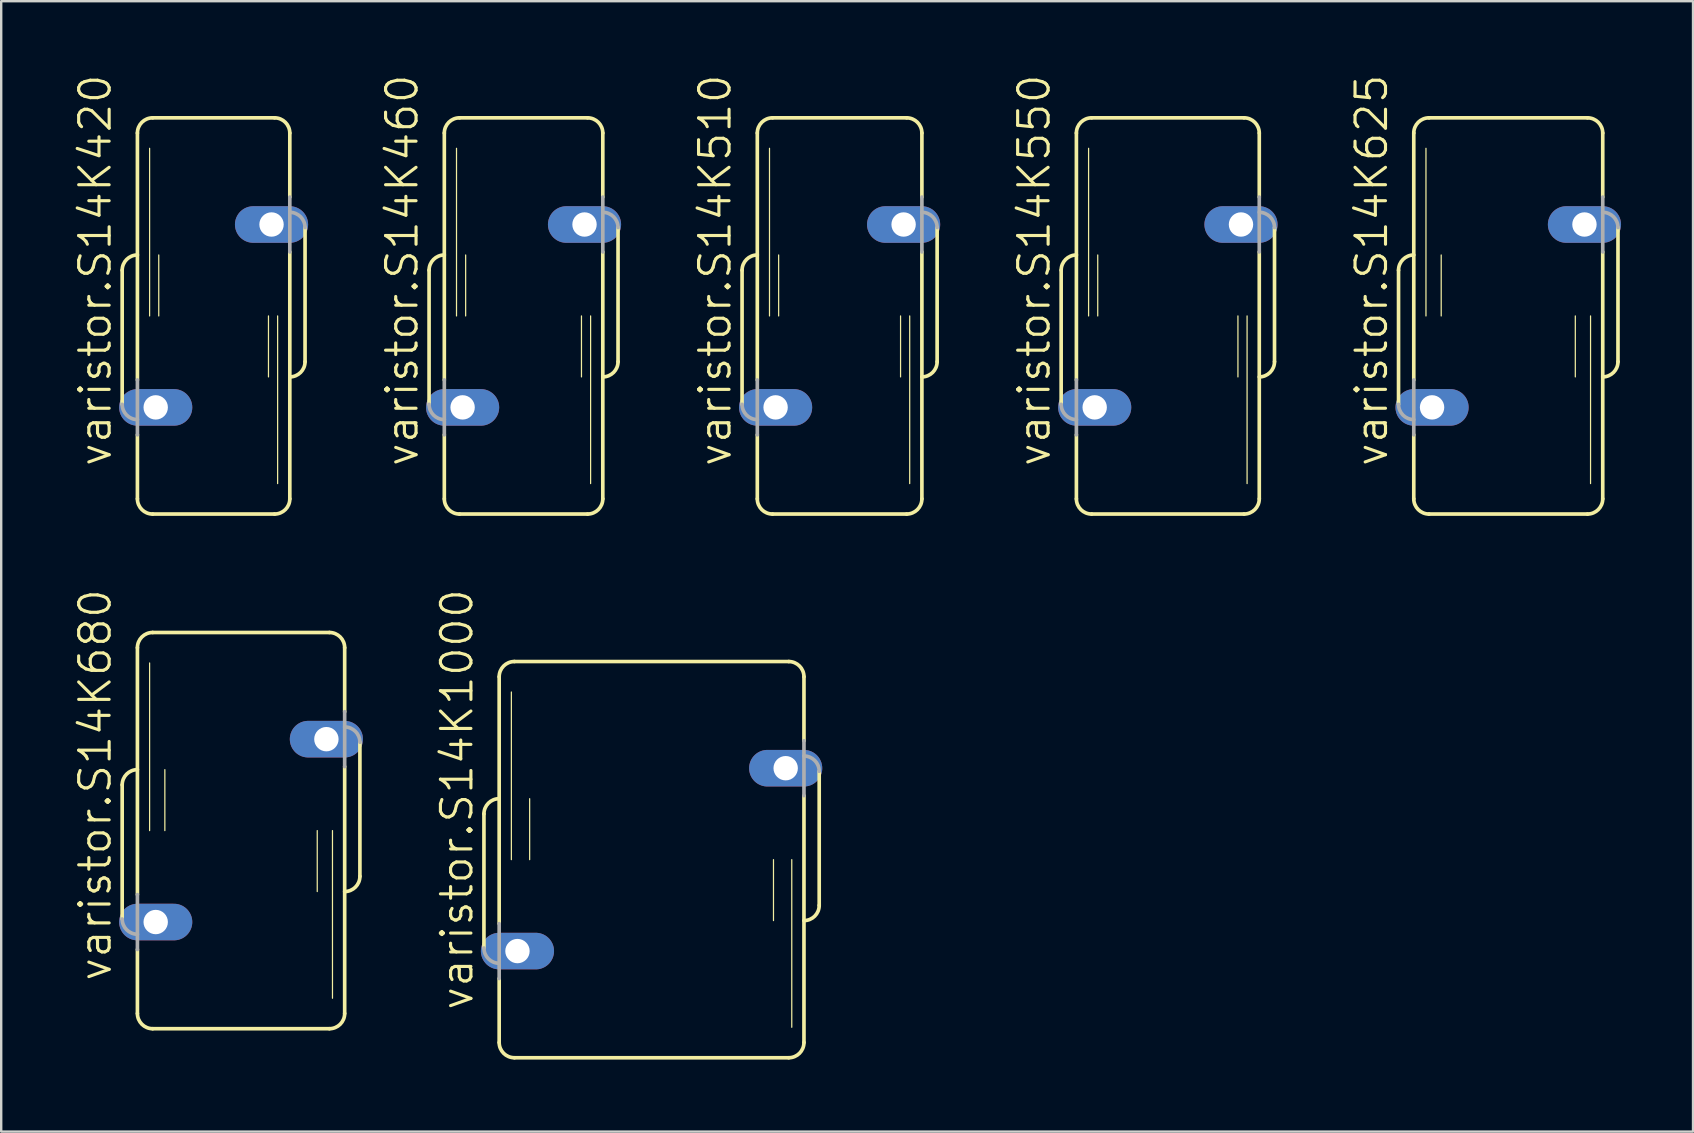
<source format=kicad_pcb>
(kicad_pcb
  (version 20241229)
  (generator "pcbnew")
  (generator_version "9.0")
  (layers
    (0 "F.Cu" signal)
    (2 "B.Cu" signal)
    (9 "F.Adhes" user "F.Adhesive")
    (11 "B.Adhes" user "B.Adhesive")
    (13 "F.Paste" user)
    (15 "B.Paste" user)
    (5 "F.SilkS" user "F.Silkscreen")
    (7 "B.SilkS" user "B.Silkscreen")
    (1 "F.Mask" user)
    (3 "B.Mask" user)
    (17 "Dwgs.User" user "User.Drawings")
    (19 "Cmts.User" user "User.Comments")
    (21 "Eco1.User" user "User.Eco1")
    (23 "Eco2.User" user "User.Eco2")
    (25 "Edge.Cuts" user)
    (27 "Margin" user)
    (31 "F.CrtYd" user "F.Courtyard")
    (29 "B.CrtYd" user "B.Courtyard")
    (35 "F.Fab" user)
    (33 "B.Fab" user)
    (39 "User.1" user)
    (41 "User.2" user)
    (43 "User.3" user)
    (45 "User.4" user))
  (footprint "varistor.S14K1000"
    (layer "F.Cu")
    (at 24.1 32.77)
    (property "Reference" "varistor.S14K1000" (at -7.366 6.35 90) (layer "F.SilkS") (effects (font (size 1.27 1.27) (thickness 0.13)) (justify left bottom)))
    (attr through_hole)
    (fp_line (start -6.985 -1.905) (end -6.985 3.683) (stroke (width 0.152) (type default)) (layer "F.SilkS"))
    (fp_line (start -6.35 2.667) (end -6.35 -7.62) (stroke (width 0.152) (type default)) (layer "F.SilkS"))
    (fp_line (start -6.35 7.62) (end -6.35 4.953) (stroke (width 0.152) (type default)) (layer "F.SilkS"))
    (fp_line (start -5.842 0) (end -5.842 -6.985) (stroke (width 0.051) (type default)) (layer "F.SilkS"))
    (fp_line (start -5.715 -8.255) (end 5.715 -8.255) (stroke (width 0.152) (type default)) (layer "F.SilkS"))
    (fp_line (start -5.715 8.255) (end 5.715 8.255) (stroke (width 0.152) (type default)) (layer "F.SilkS"))
    (fp_line (start -5.08 0) (end -5.08 -2.54) (stroke (width 0.051) (type default)) (layer "F.SilkS"))
    (fp_line (start 5.08 2.54) (end 5.08 0) (stroke (width 0.051) (type default)) (layer "F.SilkS"))
    (fp_line (start 5.842 6.985) (end 5.842 0) (stroke (width 0.051) (type default)) (layer "F.SilkS"))
    (fp_line (start 6.35 -4.953) (end 6.35 -7.62) (stroke (width 0.152) (type default)) (layer "F.SilkS"))
    (fp_line (start 6.35 7.62) (end 6.35 -2.667) (stroke (width 0.152) (type default)) (layer "F.SilkS"))
    (fp_line (start 6.985 1.905) (end 6.985 -3.683) (stroke (width 0.152) (type default)) (layer "F.SilkS"))
    (fp_arc (start -6.985 -1.905) (mid -6.799013 -2.354013) (end -6.35 -2.54) (stroke (width 0.1524) (type default)) (layer "F.SilkS"))
    (fp_arc (start -6.35 -7.62) (mid -6.164013 -8.069013) (end -5.715 -8.255) (stroke (width 0.1524) (type default)) (layer "F.SilkS"))
    (fp_arc (start -5.715 8.255) (mid -6.164013 8.069013) (end -6.35 7.62) (stroke (width 0.1524) (type default)) (layer "F.SilkS"))
    (fp_arc (start 5.715 -8.255) (mid 6.164013 -8.069013) (end 6.35 -7.62) (stroke (width 0.1524) (type default)) (layer "F.SilkS"))
    (fp_arc (start 6.35 7.62) (mid 6.164013 8.069013) (end 5.715 8.255) (stroke (width 0.1524) (type default)) (layer "F.SilkS"))
    (fp_arc (start 6.985 1.905) (mid 6.799013 2.354013) (end 6.35 2.54) (stroke (width 0.1524) (type default)) (layer "F.SilkS"))
    (fp_line (start -6.35 2.667) (end -6.35 4.953) (stroke (width 0.152) (type default)) (layer "F.Fab"))
    (fp_line (start 6.35 -2.667) (end 6.35 -4.953) (stroke (width 0.152) (type default)) (layer "F.Fab"))
    (fp_arc (start -6.35 4.318) (mid -6.799013 4.132013) (end -6.985 3.683) (stroke (width 0.1524) (type default)) (layer "F.Fab"))
    (fp_arc (start 6.35 -4.318) (mid 6.799013 -4.132013) (end 6.985 -3.683) (stroke (width 0.1524) (type default)) (layer "F.Fab"))
    (pad "1" thru_hole oval (at -5.588 3.81) (size 3.048 1.524) (drill 1.016) (layers "*.Cu" "*.Mask"))
    (pad "2" thru_hole oval (at 5.588 -3.81) (size 3.048 1.524) (drill 1.016) (layers "*.Cu" "*.Mask")))
  (footprint "varistor.S14K420"
    (layer "F.Cu")
    (at 5.851 10.115)
    (property "Reference" "varistor.S14K420" (at -4.191 6.35 90) (layer "F.SilkS") (effects (font (size 1.27 1.27) (thickness 0.13)) (justify left bottom)))
    (attr through_hole)
    (fp_line (start -3.81 -1.905) (end -3.81 3.683) (stroke (width 0.152) (type default)) (layer "F.SilkS"))
    (fp_line (start -3.175 2.667) (end -3.175 -7.62) (stroke (width 0.152) (type default)) (layer "F.SilkS"))
    (fp_line (start -3.175 7.62) (end -3.175 4.953) (stroke (width 0.152) (type default)) (layer "F.SilkS"))
    (fp_line (start -2.667 0) (end -2.667 -6.985) (stroke (width 0.051) (type default)) (layer "F.SilkS"))
    (fp_line (start -2.54 -8.255) (end 2.54 -8.255) (stroke (width 0.152) (type default)) (layer "F.SilkS"))
    (fp_line (start -2.54 8.255) (end 2.54 8.255) (stroke (width 0.152) (type default)) (layer "F.SilkS"))
    (fp_line (start -2.286 0) (end -2.286 -2.54) (stroke (width 0.051) (type default)) (layer "F.SilkS"))
    (fp_line (start 2.286 2.54) (end 2.286 0) (stroke (width 0.051) (type default)) (layer "F.SilkS"))
    (fp_line (start 2.667 6.985) (end 2.667 0) (stroke (width 0.051) (type default)) (layer "F.SilkS"))
    (fp_line (start 3.175 -4.953) (end 3.175 -7.62) (stroke (width 0.152) (type default)) (layer "F.SilkS"))
    (fp_line (start 3.175 7.62) (end 3.175 -2.667) (stroke (width 0.152) (type default)) (layer "F.SilkS"))
    (fp_line (start 3.81 1.905) (end 3.81 -3.683) (stroke (width 0.152) (type default)) (layer "F.SilkS"))
    (fp_arc (start -3.81 -1.905) (mid -3.624013 -2.354013) (end -3.175 -2.54) (stroke (width 0.1524) (type default)) (layer "F.SilkS"))
    (fp_arc (start -3.175 -7.62) (mid -2.989013 -8.069013) (end -2.54 -8.255) (stroke (width 0.1524) (type default)) (layer "F.SilkS"))
    (fp_arc (start -2.54 8.255) (mid -2.989013 8.069013) (end -3.175 7.62) (stroke (width 0.1524) (type default)) (layer "F.SilkS"))
    (fp_arc (start 2.54 -8.255) (mid 2.989013 -8.069013) (end 3.175 -7.62) (stroke (width 0.1524) (type default)) (layer "F.SilkS"))
    (fp_arc (start 3.175 7.62) (mid 2.989013 8.069013) (end 2.54 8.255) (stroke (width 0.1524) (type default)) (layer "F.SilkS"))
    (fp_arc (start 3.81 1.905) (mid 3.624013 2.354013) (end 3.175 2.54) (stroke (width 0.1524) (type default)) (layer "F.SilkS"))
    (fp_line (start -3.175 2.667) (end -3.175 4.953) (stroke (width 0.152) (type default)) (layer "F.Fab"))
    (fp_line (start 3.175 -2.667) (end 3.175 -4.953) (stroke (width 0.152) (type default)) (layer "F.Fab"))
    (fp_arc (start -3.175 4.318) (mid -3.624013 4.132013) (end -3.81 3.683) (stroke (width 0.1524) (type default)) (layer "F.Fab"))
    (fp_arc (start 3.175 -4.318) (mid 3.624013 -4.132013) (end 3.81 -3.683) (stroke (width 0.1524) (type default)) (layer "F.Fab"))
    (pad "1" thru_hole oval (at -2.413 3.81) (size 3.048 1.524) (drill 1.016) (layers "*.Cu" "*.Mask"))
    (pad "2" thru_hole oval (at 2.413 -3.81) (size 3.048 1.524) (drill 1.016) (layers "*.Cu" "*.Mask")))
  (footprint "varistor.S14K680"
    (layer "F.Cu")
    (at 6.994 31.56)
    (property "Reference" "varistor.S14K680" (at -5.334 6.35 90) (layer "F.SilkS") (effects (font (size 1.27 1.27) (thickness 0.13)) (justify left bottom)))
    (attr through_hole)
    (fp_line (start -4.953 -1.905) (end -4.953 3.683) (stroke (width 0.152) (type default)) (layer "F.SilkS"))
    (fp_line (start -4.318 2.667) (end -4.318 -7.62) (stroke (width 0.152) (type default)) (layer "F.SilkS"))
    (fp_line (start -4.318 7.62) (end -4.318 4.953) (stroke (width 0.152) (type default)) (layer "F.SilkS"))
    (fp_line (start -3.81 0) (end -3.81 -6.985) (stroke (width 0.051) (type default)) (layer "F.SilkS"))
    (fp_line (start -3.683 -8.255) (end 3.683 -8.255) (stroke (width 0.152) (type default)) (layer "F.SilkS"))
    (fp_line (start -3.683 8.255) (end 3.683 8.255) (stroke (width 0.152) (type default)) (layer "F.SilkS"))
    (fp_line (start -3.175 0) (end -3.175 -2.54) (stroke (width 0.051) (type default)) (layer "F.SilkS"))
    (fp_line (start 3.175 2.54) (end 3.175 0) (stroke (width 0.051) (type default)) (layer "F.SilkS"))
    (fp_line (start 3.81 6.985) (end 3.81 0) (stroke (width 0.051) (type default)) (layer "F.SilkS"))
    (fp_line (start 4.318 -4.953) (end 4.318 -7.62) (stroke (width 0.152) (type default)) (layer "F.SilkS"))
    (fp_line (start 4.318 7.62) (end 4.318 -2.667) (stroke (width 0.152) (type default)) (layer "F.SilkS"))
    (fp_line (start 4.953 1.905) (end 4.953 -3.683) (stroke (width 0.152) (type default)) (layer "F.SilkS"))
    (fp_arc (start -4.953 -1.905) (mid -4.767013 -2.354013) (end -4.318 -2.54) (stroke (width 0.1524) (type default)) (layer "F.SilkS"))
    (fp_arc (start -4.318 -7.62) (mid -4.132013 -8.069013) (end -3.683 -8.255) (stroke (width 0.1524) (type default)) (layer "F.SilkS"))
    (fp_arc (start -3.683 8.255) (mid -4.132013 8.069013) (end -4.318 7.62) (stroke (width 0.1524) (type default)) (layer "F.SilkS"))
    (fp_arc (start 3.683 -8.255) (mid 4.132013 -8.069013) (end 4.318 -7.62) (stroke (width 0.1524) (type default)) (layer "F.SilkS"))
    (fp_arc (start 4.318 7.62) (mid 4.132013 8.069013) (end 3.683 8.255) (stroke (width 0.1524) (type default)) (layer "F.SilkS"))
    (fp_arc (start 4.953 1.905) (mid 4.767013 2.354013) (end 4.318 2.54) (stroke (width 0.1524) (type default)) (layer "F.SilkS"))
    (fp_line (start -4.318 2.667) (end -4.318 4.953) (stroke (width 0.152) (type default)) (layer "F.Fab"))
    (fp_line (start 4.318 -2.667) (end 4.318 -4.953) (stroke (width 0.152) (type default)) (layer "F.Fab"))
    (fp_arc (start -4.318 4.318) (mid -4.767013 4.132013) (end -4.953 3.683) (stroke (width 0.1524) (type default)) (layer "F.Fab"))
    (fp_arc (start 4.318 -4.318) (mid 4.767013 -4.132013) (end 4.953 -3.683) (stroke (width 0.1524) (type default)) (layer "F.Fab"))
    (pad "1" thru_hole oval (at -3.556 3.81) (size 3.048 1.524) (drill 1.016) (layers "*.Cu" "*.Mask"))
    (pad "2" thru_hole oval (at 3.556 -3.81) (size 3.048 1.524) (drill 1.016) (layers "*.Cu" "*.Mask")))
  (footprint "varistor.S14K550"
    (layer "F.Cu")
    (at 45.612 10.115)
    (property "Reference" "varistor.S14K550" (at -4.826 6.35 90) (layer "F.SilkS") (effects (font (size 1.27 1.27) (thickness 0.13)) (justify left bottom)))
    (attr through_hole)
    (fp_line (start -4.445 -1.905) (end -4.445 3.683) (stroke (width 0.152) (type default)) (layer "F.SilkS"))
    (fp_line (start -3.81 2.667) (end -3.81 -7.62) (stroke (width 0.152) (type default)) (layer "F.SilkS"))
    (fp_line (start -3.81 7.62) (end -3.81 4.953) (stroke (width 0.152) (type default)) (layer "F.SilkS"))
    (fp_line (start -3.302 0) (end -3.302 -6.985) (stroke (width 0.051) (type default)) (layer "F.SilkS"))
    (fp_line (start -3.175 -8.255) (end 3.175 -8.255) (stroke (width 0.152) (type default)) (layer "F.SilkS"))
    (fp_line (start -3.175 8.255) (end 3.175 8.255) (stroke (width 0.152) (type default)) (layer "F.SilkS"))
    (fp_line (start -2.921 0) (end -2.921 -2.54) (stroke (width 0.051) (type default)) (layer "F.SilkS"))
    (fp_line (start 2.921 2.54) (end 2.921 0) (stroke (width 0.051) (type default)) (layer "F.SilkS"))
    (fp_line (start 3.302 6.985) (end 3.302 0) (stroke (width 0.051) (type default)) (layer "F.SilkS"))
    (fp_line (start 3.81 -4.953) (end 3.81 -7.62) (stroke (width 0.152) (type default)) (layer "F.SilkS"))
    (fp_line (start 3.81 7.62) (end 3.81 -2.667) (stroke (width 0.152) (type default)) (layer "F.SilkS"))
    (fp_line (start 4.445 1.905) (end 4.445 -3.683) (stroke (width 0.152) (type default)) (layer "F.SilkS"))
    (fp_arc (start -4.445 -1.905) (mid -4.259013 -2.354013) (end -3.81 -2.54) (stroke (width 0.1524) (type default)) (layer "F.SilkS"))
    (fp_arc (start -3.81 -7.62) (mid -3.624013 -8.069013) (end -3.175 -8.255) (stroke (width 0.1524) (type default)) (layer "F.SilkS"))
    (fp_arc (start -3.175 8.255) (mid -3.624013 8.069013) (end -3.81 7.62) (stroke (width 0.1524) (type default)) (layer "F.SilkS"))
    (fp_arc (start 3.175 -8.255) (mid 3.624013 -8.069013) (end 3.81 -7.62) (stroke (width 0.1524) (type default)) (layer "F.SilkS"))
    (fp_arc (start 3.81 7.62) (mid 3.624013 8.069013) (end 3.175 8.255) (stroke (width 0.1524) (type default)) (layer "F.SilkS"))
    (fp_arc (start 4.445 1.905) (mid 4.259013 2.354013) (end 3.81 2.54) (stroke (width 0.1524) (type default)) (layer "F.SilkS"))
    (fp_line (start -3.81 2.667) (end -3.81 4.953) (stroke (width 0.152) (type default)) (layer "F.Fab"))
    (fp_line (start 3.81 -2.667) (end 3.81 -4.953) (stroke (width 0.152) (type default)) (layer "F.Fab"))
    (fp_arc (start -3.81 4.318) (mid -4.259013 4.132013) (end -4.445 3.683) (stroke (width 0.1524) (type default)) (layer "F.Fab"))
    (fp_arc (start 3.81 -4.318) (mid 4.259013 -4.132013) (end 4.445 -3.683) (stroke (width 0.1524) (type default)) (layer "F.Fab"))
    (pad "1" thru_hole oval (at -3.048 3.81) (size 3.048 1.524) (drill 1.016) (layers "*.Cu" "*.Mask"))
    (pad "2" thru_hole oval (at 3.048 -3.81) (size 3.048 1.524) (drill 1.016) (layers "*.Cu" "*.Mask")))
  (footprint "varistor.S14K460"
    (layer "F.Cu")
    (at 18.766 10.115)
    (property "Reference" "varistor.S14K460" (at -4.318 6.35 90) (layer "F.SilkS") (effects (font (size 1.27 1.27) (thickness 0.13)) (justify left bottom)))
    (attr through_hole)
    (fp_line (start -3.937 -1.905) (end -3.937 3.683) (stroke (width 0.152) (type default)) (layer "F.SilkS"))
    (fp_line (start -3.302 2.667) (end -3.302 -7.62) (stroke (width 0.152) (type default)) (layer "F.SilkS"))
    (fp_line (start -3.302 7.62) (end -3.302 4.953) (stroke (width 0.152) (type default)) (layer "F.SilkS"))
    (fp_line (start -2.794 0) (end -2.794 -6.985) (stroke (width 0.051) (type default)) (layer "F.SilkS"))
    (fp_line (start -2.667 -8.255) (end 2.667 -8.255) (stroke (width 0.152) (type default)) (layer "F.SilkS"))
    (fp_line (start -2.667 8.255) (end 2.667 8.255) (stroke (width 0.152) (type default)) (layer "F.SilkS"))
    (fp_line (start -2.413 0) (end -2.413 -2.54) (stroke (width 0.051) (type default)) (layer "F.SilkS"))
    (fp_line (start 2.413 2.54) (end 2.413 0) (stroke (width 0.051) (type default)) (layer "F.SilkS"))
    (fp_line (start 2.794 6.985) (end 2.794 0) (stroke (width 0.051) (type default)) (layer "F.SilkS"))
    (fp_line (start 3.302 -4.953) (end 3.302 -7.62) (stroke (width 0.152) (type default)) (layer "F.SilkS"))
    (fp_line (start 3.302 7.62) (end 3.302 -2.667) (stroke (width 0.152) (type default)) (layer "F.SilkS"))
    (fp_line (start 3.937 1.905) (end 3.937 -3.683) (stroke (width 0.152) (type default)) (layer "F.SilkS"))
    (fp_arc (start -3.937 -1.905) (mid -3.751013 -2.354013) (end -3.302 -2.54) (stroke (width 0.1524) (type default)) (layer "F.SilkS"))
    (fp_arc (start -3.302 -7.62) (mid -3.116013 -8.069013) (end -2.667 -8.255) (stroke (width 0.1524) (type default)) (layer "F.SilkS"))
    (fp_arc (start -2.667 8.255) (mid -3.116013 8.069013) (end -3.302 7.62) (stroke (width 0.1524) (type default)) (layer "F.SilkS"))
    (fp_arc (start 2.667 -8.255) (mid 3.116013 -8.069013) (end 3.302 -7.62) (stroke (width 0.1524) (type default)) (layer "F.SilkS"))
    (fp_arc (start 3.302 7.62) (mid 3.116013 8.069013) (end 2.667 8.255) (stroke (width 0.1524) (type default)) (layer "F.SilkS"))
    (fp_arc (start 3.937 1.905) (mid 3.751013 2.354013) (end 3.302 2.54) (stroke (width 0.1524) (type default)) (layer "F.SilkS"))
    (fp_line (start -3.302 2.667) (end -3.302 4.953) (stroke (width 0.152) (type default)) (layer "F.Fab"))
    (fp_line (start 3.302 -2.667) (end 3.302 -4.953) (stroke (width 0.152) (type default)) (layer "F.Fab"))
    (fp_arc (start -3.302 4.318) (mid -3.751013 4.132013) (end -3.937 3.683) (stroke (width 0.1524) (type default)) (layer "F.Fab"))
    (fp_arc (start 3.302 -4.318) (mid 3.751013 -4.132013) (end 3.937 -3.683) (stroke (width 0.1524) (type default)) (layer "F.Fab"))
    (pad "1" thru_hole oval (at -2.54 3.81) (size 3.048 1.524) (drill 1.016) (layers "*.Cu" "*.Mask"))
    (pad "2" thru_hole oval (at 2.54 -3.81) (size 3.048 1.524) (drill 1.016) (layers "*.Cu" "*.Mask")))
  (footprint "varistor.S14K625"
    (layer "F.Cu")
    (at 59.797 10.115)
    (property "Reference" "varistor.S14K625" (at -4.953 6.35 90) (layer "F.SilkS") (effects (font (size 1.27 1.27) (thickness 0.13)) (justify left bottom)))
    (attr through_hole)
    (fp_line (start -4.572 -1.905) (end -4.572 3.683) (stroke (width 0.152) (type default)) (layer "F.SilkS"))
    (fp_line (start -3.937 2.667) (end -3.937 -7.62) (stroke (width 0.152) (type default)) (layer "F.SilkS"))
    (fp_line (start -3.937 7.62) (end -3.937 4.953) (stroke (width 0.152) (type default)) (layer "F.SilkS"))
    (fp_line (start -3.429 0) (end -3.429 -6.985) (stroke (width 0.051) (type default)) (layer "F.SilkS"))
    (fp_line (start -3.302 -8.255) (end 3.302 -8.255) (stroke (width 0.152) (type default)) (layer "F.SilkS"))
    (fp_line (start -3.302 8.255) (end 3.302 8.255) (stroke (width 0.152) (type default)) (layer "F.SilkS"))
    (fp_line (start -2.794 0) (end -2.794 -2.54) (stroke (width 0.051) (type default)) (layer "F.SilkS"))
    (fp_line (start 2.794 2.54) (end 2.794 0) (stroke (width 0.051) (type default)) (layer "F.SilkS"))
    (fp_line (start 3.429 6.985) (end 3.429 0) (stroke (width 0.051) (type default)) (layer "F.SilkS"))
    (fp_line (start 3.937 -4.953) (end 3.937 -7.62) (stroke (width 0.152) (type default)) (layer "F.SilkS"))
    (fp_line (start 3.937 7.62) (end 3.937 -2.667) (stroke (width 0.152) (type default)) (layer "F.SilkS"))
    (fp_line (start 4.572 1.905) (end 4.572 -3.683) (stroke (width 0.152) (type default)) (layer "F.SilkS"))
    (fp_arc (start -4.572 -1.905) (mid -4.386013 -2.354013) (end -3.937 -2.54) (stroke (width 0.1524) (type default)) (layer "F.SilkS"))
    (fp_arc (start -3.937 -7.62) (mid -3.751013 -8.069013) (end -3.302 -8.255) (stroke (width 0.1524) (type default)) (layer "F.SilkS"))
    (fp_arc (start -3.302 8.255) (mid -3.751013 8.069013) (end -3.937 7.62) (stroke (width 0.1524) (type default)) (layer "F.SilkS"))
    (fp_arc (start 3.302 -8.255) (mid 3.751013 -8.069013) (end 3.937 -7.62) (stroke (width 0.1524) (type default)) (layer "F.SilkS"))
    (fp_arc (start 3.937 7.62) (mid 3.751013 8.069013) (end 3.302 8.255) (stroke (width 0.1524) (type default)) (layer "F.SilkS"))
    (fp_arc (start 4.572 1.905) (mid 4.386013 2.354013) (end 3.937 2.54) (stroke (width 0.1524) (type default)) (layer "F.SilkS"))
    (fp_line (start -3.937 2.667) (end -3.937 4.953) (stroke (width 0.152) (type default)) (layer "F.Fab"))
    (fp_line (start 3.937 -2.667) (end 3.937 -4.953) (stroke (width 0.152) (type default)) (layer "F.Fab"))
    (fp_arc (start -3.937 4.318) (mid -4.386013 4.132013) (end -4.572 3.683) (stroke (width 0.1524) (type default)) (layer "F.Fab"))
    (fp_arc (start 3.937 -4.318) (mid 4.386013 -4.132013) (end 4.572 -3.683) (stroke (width 0.1524) (type default)) (layer "F.Fab"))
    (pad "1" thru_hole oval (at -3.175 3.81) (size 3.048 1.524) (drill 1.016) (layers "*.Cu" "*.Mask"))
    (pad "2" thru_hole oval (at 3.175 -3.81) (size 3.048 1.524) (drill 1.016) (layers "*.Cu" "*.Mask")))
  (footprint "varistor.S14K510"
    (layer "F.Cu")
    (at 31.935 10.115)
    (property "Reference" "varistor.S14K510" (at -4.445 6.35 90) (layer "F.SilkS") (effects (font (size 1.27 1.27) (thickness 0.13)) (justify left bottom)))
    (attr through_hole)
    (fp_line (start -4.064 -1.905) (end -4.064 3.683) (stroke (width 0.152) (type default)) (layer "F.SilkS"))
    (fp_line (start -3.429 2.667) (end -3.429 -7.62) (stroke (width 0.152) (type default)) (layer "F.SilkS"))
    (fp_line (start -3.429 7.62) (end -3.429 4.953) (stroke (width 0.152) (type default)) (layer "F.SilkS"))
    (fp_line (start -2.921 0) (end -2.921 -6.985) (stroke (width 0.051) (type default)) (layer "F.SilkS"))
    (fp_line (start -2.794 -8.255) (end 2.794 -8.255) (stroke (width 0.152) (type default)) (layer "F.SilkS"))
    (fp_line (start -2.794 8.255) (end 2.794 8.255) (stroke (width 0.152) (type default)) (layer "F.SilkS"))
    (fp_line (start -2.54 0) (end -2.54 -2.54) (stroke (width 0.051) (type default)) (layer "F.SilkS"))
    (fp_line (start 2.54 2.54) (end 2.54 0) (stroke (width 0.051) (type default)) (layer "F.SilkS"))
    (fp_line (start 2.921 6.985) (end 2.921 0) (stroke (width 0.051) (type default)) (layer "F.SilkS"))
    (fp_line (start 3.429 -4.953) (end 3.429 -7.62) (stroke (width 0.152) (type default)) (layer "F.SilkS"))
    (fp_line (start 3.429 7.62) (end 3.429 -2.667) (stroke (width 0.152) (type default)) (layer "F.SilkS"))
    (fp_line (start 4.064 1.905) (end 4.064 -3.683) (stroke (width 0.152) (type default)) (layer "F.SilkS"))
    (fp_arc (start -4.064 -1.905) (mid -3.878013 -2.354013) (end -3.429 -2.54) (stroke (width 0.1524) (type default)) (layer "F.SilkS"))
    (fp_arc (start -3.429 -7.62) (mid -3.243013 -8.069013) (end -2.794 -8.255) (stroke (width 0.1524) (type default)) (layer "F.SilkS"))
    (fp_arc (start -2.794 8.255) (mid -3.243013 8.069013) (end -3.429 7.62) (stroke (width 0.1524) (type default)) (layer "F.SilkS"))
    (fp_arc (start 2.794 -8.255) (mid 3.243013 -8.069013) (end 3.429 -7.62) (stroke (width 0.1524) (type default)) (layer "F.SilkS"))
    (fp_arc (start 3.429 7.62) (mid 3.243013 8.069013) (end 2.794 8.255) (stroke (width 0.1524) (type default)) (layer "F.SilkS"))
    (fp_arc (start 4.064 1.905) (mid 3.878013 2.354013) (end 3.429 2.54) (stroke (width 0.1524) (type default)) (layer "F.SilkS"))
    (fp_line (start -3.429 2.667) (end -3.429 4.953) (stroke (width 0.152) (type default)) (layer "F.Fab"))
    (fp_line (start 3.429 -2.667) (end 3.429 -4.953) (stroke (width 0.152) (type default)) (layer "F.Fab"))
    (fp_arc (start -3.429 4.318) (mid -3.878013 4.132013) (end -4.064 3.683) (stroke (width 0.1524) (type default)) (layer "F.Fab"))
    (fp_arc (start 3.429 -4.318) (mid 3.878013 -4.132013) (end 4.064 -3.683) (stroke (width 0.1524) (type default)) (layer "F.Fab"))
    (pad "1" thru_hole oval (at -2.667 3.81) (size 3.048 1.524) (drill 1.016) (layers "*.Cu" "*.Mask"))
    (pad "2" thru_hole oval (at 2.667 -3.81) (size 3.048 1.524) (drill 1.016) (layers "*.Cu" "*.Mask")))
  (gr_rect
    (start -3 -3)
    (end 67.496 44.101)
    (stroke (width 0.1) (type default))
    (fill no)
    (layer "Edge.Cuts")))
</source>
